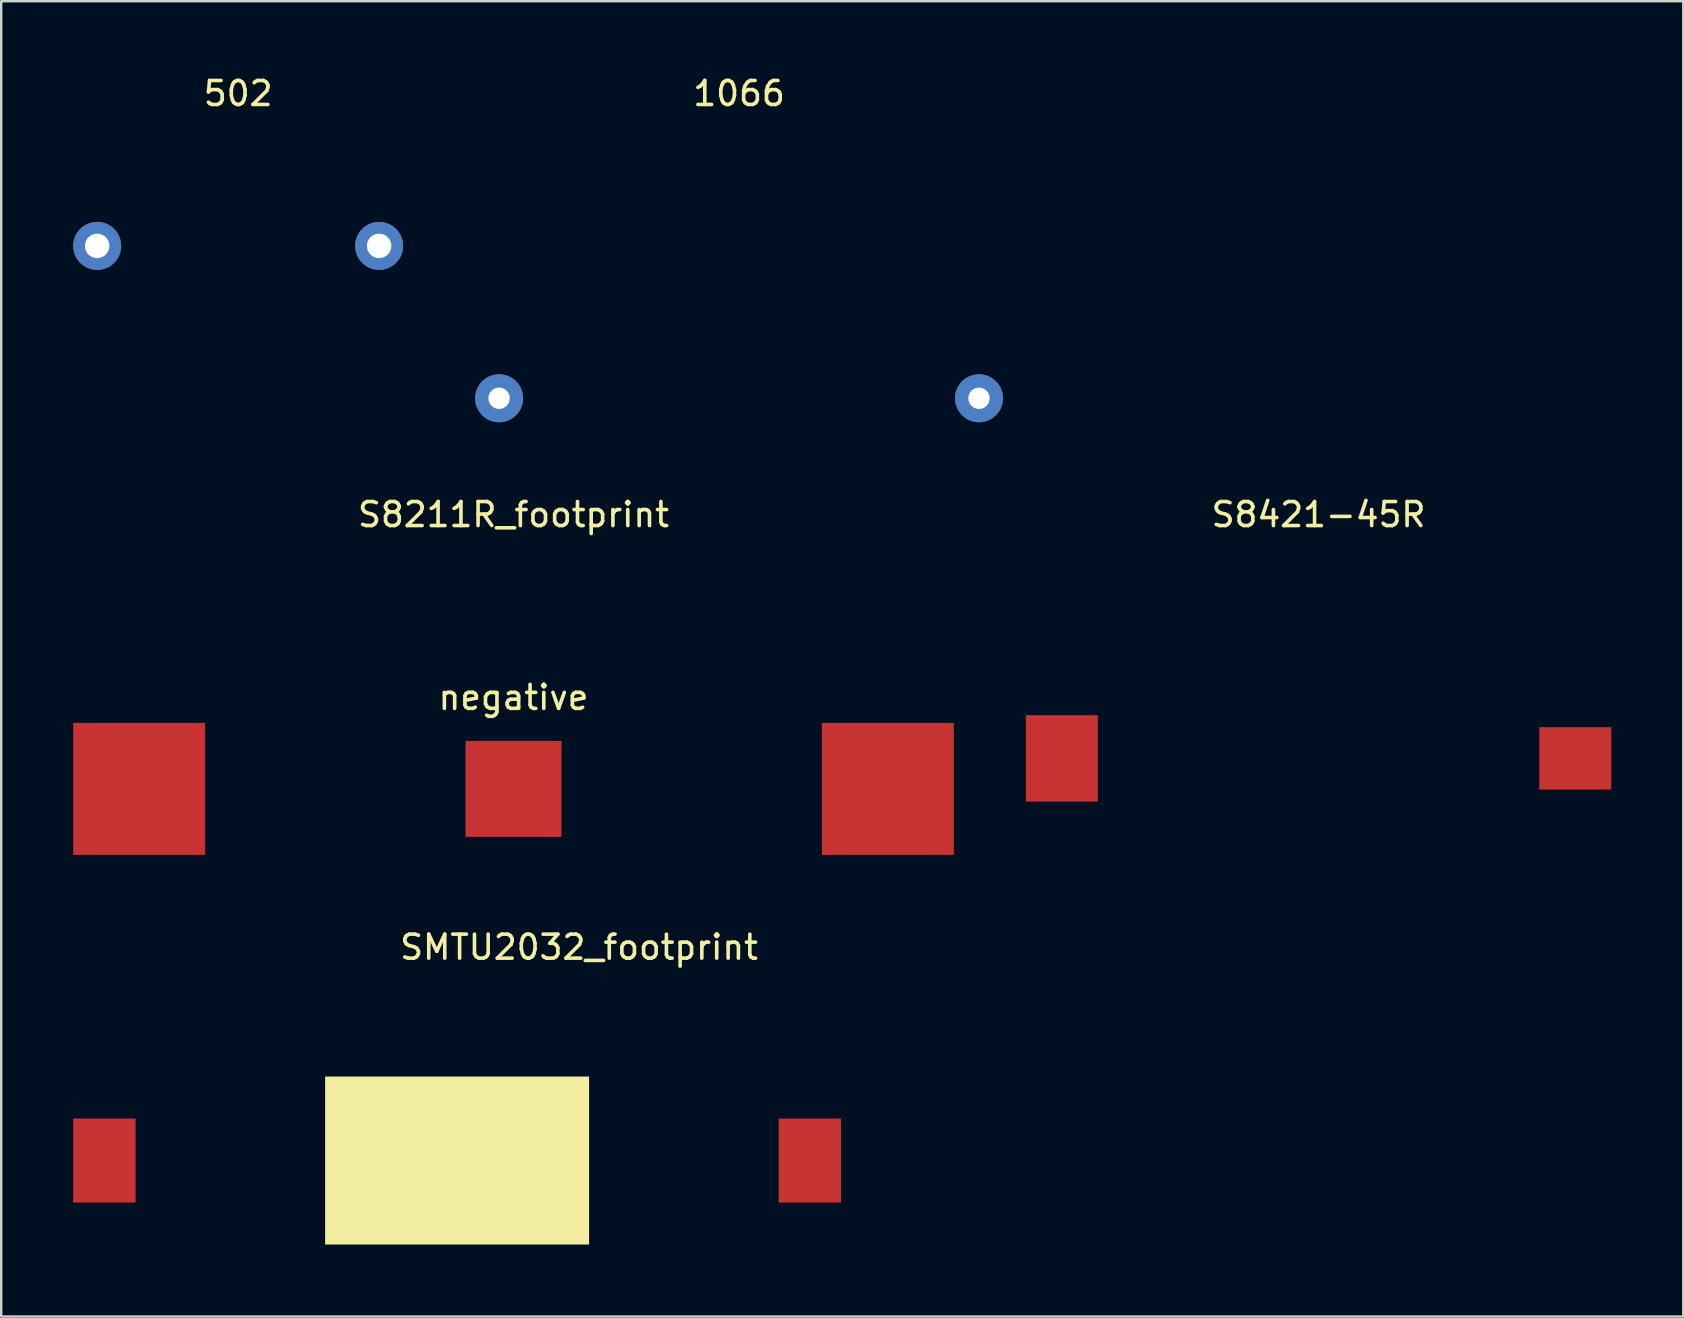
<source format=kicad_pcb>
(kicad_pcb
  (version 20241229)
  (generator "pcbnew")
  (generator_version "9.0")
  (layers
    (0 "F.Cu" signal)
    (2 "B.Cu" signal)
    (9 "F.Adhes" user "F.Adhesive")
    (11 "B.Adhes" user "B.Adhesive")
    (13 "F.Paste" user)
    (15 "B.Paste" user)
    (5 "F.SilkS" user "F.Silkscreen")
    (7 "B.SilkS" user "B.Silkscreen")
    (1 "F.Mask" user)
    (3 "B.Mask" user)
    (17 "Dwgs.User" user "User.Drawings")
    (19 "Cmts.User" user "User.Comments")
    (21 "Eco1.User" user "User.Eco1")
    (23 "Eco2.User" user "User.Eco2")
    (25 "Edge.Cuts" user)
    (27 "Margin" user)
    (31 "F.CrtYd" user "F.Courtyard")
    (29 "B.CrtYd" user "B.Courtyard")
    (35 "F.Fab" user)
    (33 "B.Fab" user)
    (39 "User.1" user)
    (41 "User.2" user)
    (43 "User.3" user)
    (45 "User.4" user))
  (footprint "SMTU2032_footprint"
    (layer "F.Cu")
    (at 16 45.315)
    (property "Reference" "SMTU2032_footprint" (at 5.08 -8.89 0) (layer "F.SilkS") (effects (font (size 1 1) (thickness 0.15))))
    (attr through_hole)
    (pad "" smd rect (at 0 0) (size 11 7) (layers "F.SilkS"))
    (pad "1" smd rect (at -14.7 0) (size 2.6 3.5) (layers "F.Cu" "F.Mask" "F.Paste"))
    (pad "2" smd rect (at 14.7 0) (size 2.6 3.5) (layers "F.Cu" "F.Mask" "F.Paste")))
  (footprint "S8211R_footprint"
    (layer "F.Cu")
    (at 18.35 29.826)
    (property "Reference" "S8211R_footprint" (at 0 -11.43 0) (layer "F.SilkS") (effects (font (size 1 1) (thickness 0.15))))
    (attr through_hole)
    (fp_text user "negative" (at 0 -3.81 0) (layer "F.SilkS") (effects (font (size 1 1) (thickness 0.15))))
    (pad "1" smd rect (at 0 0) (size 4 4) (layers "F.Cu" "F.Mask" "F.Paste"))
    (pad "2" smd rect (at -15.6 0) (size 5.5 5.5) (layers "F.Cu" "F.Mask" "F.Paste"))
    (pad "3" smd rect (at 15.6 0) (size 5.5 5.5) (layers "F.Cu" "F.Mask" "F.Paste")))
  (footprint "S8421-45R"
    (layer "F.Cu")
    (at 51.9 28.556)
    (property "Reference" "S8421-45R" (at 0 -10.16 0) (layer "F.SilkS") (effects (font (size 1 1) (thickness 0.15))))
    (attr through_hole)
    (pad "1" smd rect (at -10.7 0) (size 3 3.6) (layers "F.Cu" "F.Mask" "F.Paste"))
    (pad "1" smd rect (at 10.7 0) (size 3 2.6) (layers "F.Cu" "F.Mask" "F.Paste")))
  (footprint "1066"
    (layer "F.Cu")
    (at 27.75 13.548)
    (property "Reference" "1066" (at 0 -12.7 0) (layer "F.SilkS") (effects (font (size 1 1) (thickness 0.15))))
    (attr through_hole)
    (pad "1" thru_hole circle (at -10 0) (size 2 2) (drill 0.89) (layers "*.Cu" "*.Mask"))
    (pad "1" thru_hole circle (at 10 0) (size 2 2) (drill 0.89) (layers "*.Cu" "*.Mask")))
  (footprint "502"
    (layer "F.Cu")
    (at 6.875 7.198)
    (property "Reference" "502" (at 0 -6.35 0) (layer "F.SilkS") (effects (font (size 1 1) (thickness 0.15))))
    (attr through_hole)
    (pad "1" thru_hole circle (at -5.875 0) (size 2 2) (drill 1.02) (layers "*.Cu" "*.Mask"))
    (pad "1" thru_hole circle (at 5.875 0) (size 2 2) (drill 1.02) (layers "*.Cu" "*.Mask")))
  (gr_rect
    (start -3 -3)
    (end 67.1 51.815)
    (stroke (width 0.1) (type default))
    (fill no)
    (layer "Edge.Cuts")))
</source>
